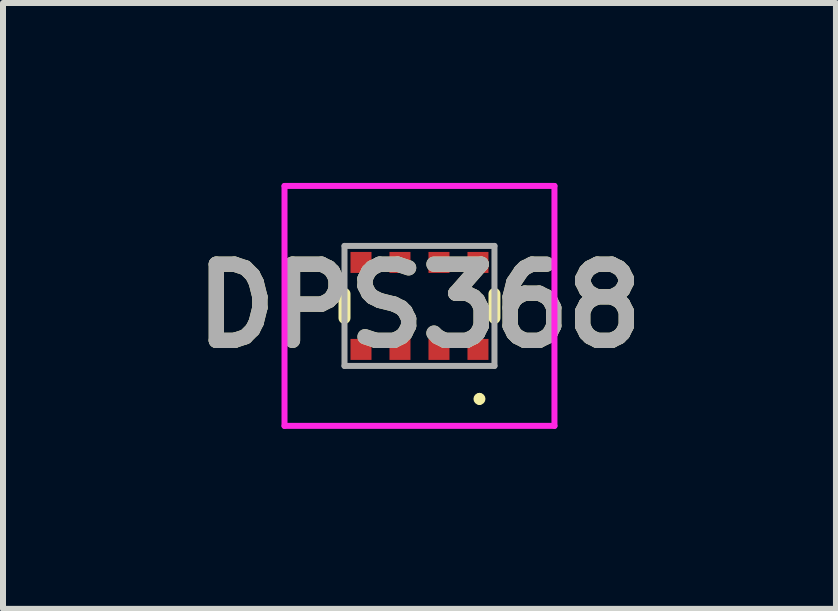
<source format=kicad_pcb>
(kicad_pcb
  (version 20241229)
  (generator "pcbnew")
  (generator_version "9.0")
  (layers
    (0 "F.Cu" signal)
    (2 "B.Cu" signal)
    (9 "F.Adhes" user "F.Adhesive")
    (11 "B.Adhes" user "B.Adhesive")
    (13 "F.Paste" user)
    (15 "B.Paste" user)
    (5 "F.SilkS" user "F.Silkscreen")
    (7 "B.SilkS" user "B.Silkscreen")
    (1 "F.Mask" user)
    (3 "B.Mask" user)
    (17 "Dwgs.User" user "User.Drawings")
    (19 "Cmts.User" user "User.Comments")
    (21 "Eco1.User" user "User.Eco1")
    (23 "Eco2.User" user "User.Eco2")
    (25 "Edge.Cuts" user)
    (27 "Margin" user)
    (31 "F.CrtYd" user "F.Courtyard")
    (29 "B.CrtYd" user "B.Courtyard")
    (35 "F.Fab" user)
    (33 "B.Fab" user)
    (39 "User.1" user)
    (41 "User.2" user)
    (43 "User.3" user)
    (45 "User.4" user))
  (footprint "DPS368"
    (layer "F.Cu")
    (at 3.943 2.05)
    (property "Reference" "DPS368" (at 0 0 0) (layer "F.SilkS") (effects (font (size 1.27 1.27) (thickness 0.254))))
    (attr smd)
    (fp_line (start -1.25 -0.2) (end -1.25 0.2) (stroke (width 0.2) (type solid)) (layer "F.SilkS"))
    (fp_line (start 1 1.5) (end 1 1.5) (stroke (width 0.1) (type solid)) (layer "F.SilkS"))
    (fp_line (start 1 1.6) (end 1 1.6) (stroke (width 0.1) (type solid)) (layer "F.SilkS"))
    (fp_line (start 1.25 -0.2) (end 1.25 0.2) (stroke (width 0.2) (type solid)) (layer "F.SilkS"))
    (fp_arc (start 1 1.5) (mid 1.05 1.55) (end 1 1.6) (stroke (width 0.1) (type solid)) (layer "F.SilkS"))
    (fp_arc (start 1 1.6) (mid 0.95 1.55) (end 1 1.5) (stroke (width 0.1) (type solid)) (layer "F.SilkS"))
    (fp_line (start -2.25 -2) (end 2.25 -2) (stroke (width 0.1) (type solid)) (layer "F.CrtYd"))
    (fp_line (start -2.25 2) (end -2.25 -2) (stroke (width 0.1) (type solid)) (layer "F.CrtYd"))
    (fp_line (start 2.25 -2) (end 2.25 2) (stroke (width 0.1) (type solid)) (layer "F.CrtYd"))
    (fp_line (start 2.25 2) (end -2.25 2) (stroke (width 0.1) (type solid)) (layer "F.CrtYd"))
    (fp_line (start -1.25 -1) (end 1.25 -1) (stroke (width 0.1) (type solid)) (layer "F.Fab"))
    (fp_line (start -1.25 1) (end -1.25 -1) (stroke (width 0.1) (type solid)) (layer "F.Fab"))
    (fp_line (start 1.25 -1) (end 1.25 1) (stroke (width 0.1) (type solid)) (layer "F.Fab"))
    (fp_line (start 1.25 1) (end -1.25 1) (stroke (width 0.1) (type solid)) (layer "F.Fab"))
    (fp_text user "${REFERENCE}" (at 0 0 0) (layer "F.Fab") (effects (font (size 1.27 1.27) (thickness 0.254))))
    (pad "1" smd rect (at 0.975 0.725 90) (size 0.35 0.35) (layers "F.Cu" "F.Mask" "F.Paste"))
    (pad "2" smd rect (at 0.325 0.725 90) (size 0.35 0.35) (layers "F.Cu" "F.Mask" "F.Paste"))
    (pad "3" smd rect (at -0.325 0.725 90) (size 0.35 0.35) (layers "F.Cu" "F.Mask" "F.Paste"))
    (pad "4" smd rect (at -0.975 0.725 90) (size 0.35 0.35) (layers "F.Cu" "F.Mask" "F.Paste"))
    (pad "5" smd rect (at -0.975 -0.725 90) (size 0.35 0.35) (layers "F.Cu" "F.Mask" "F.Paste"))
    (pad "6" smd rect (at -0.325 -0.725 90) (size 0.35 0.35) (layers "F.Cu" "F.Mask" "F.Paste"))
    (pad "7" smd rect (at 0.325 -0.725 90) (size 0.35 0.35) (layers "F.Cu" "F.Mask" "F.Paste"))
    (pad "8" smd rect (at 0.975 -0.725 90) (size 0.35 0.35) (layers "F.Cu" "F.Mask" "F.Paste")))
  (gr_rect
    (start -3 -3)
    (end 10.886 7.1)
    (stroke (width 0.1) (type default))
    (fill no)
    (layer "Edge.Cuts")))
</source>
